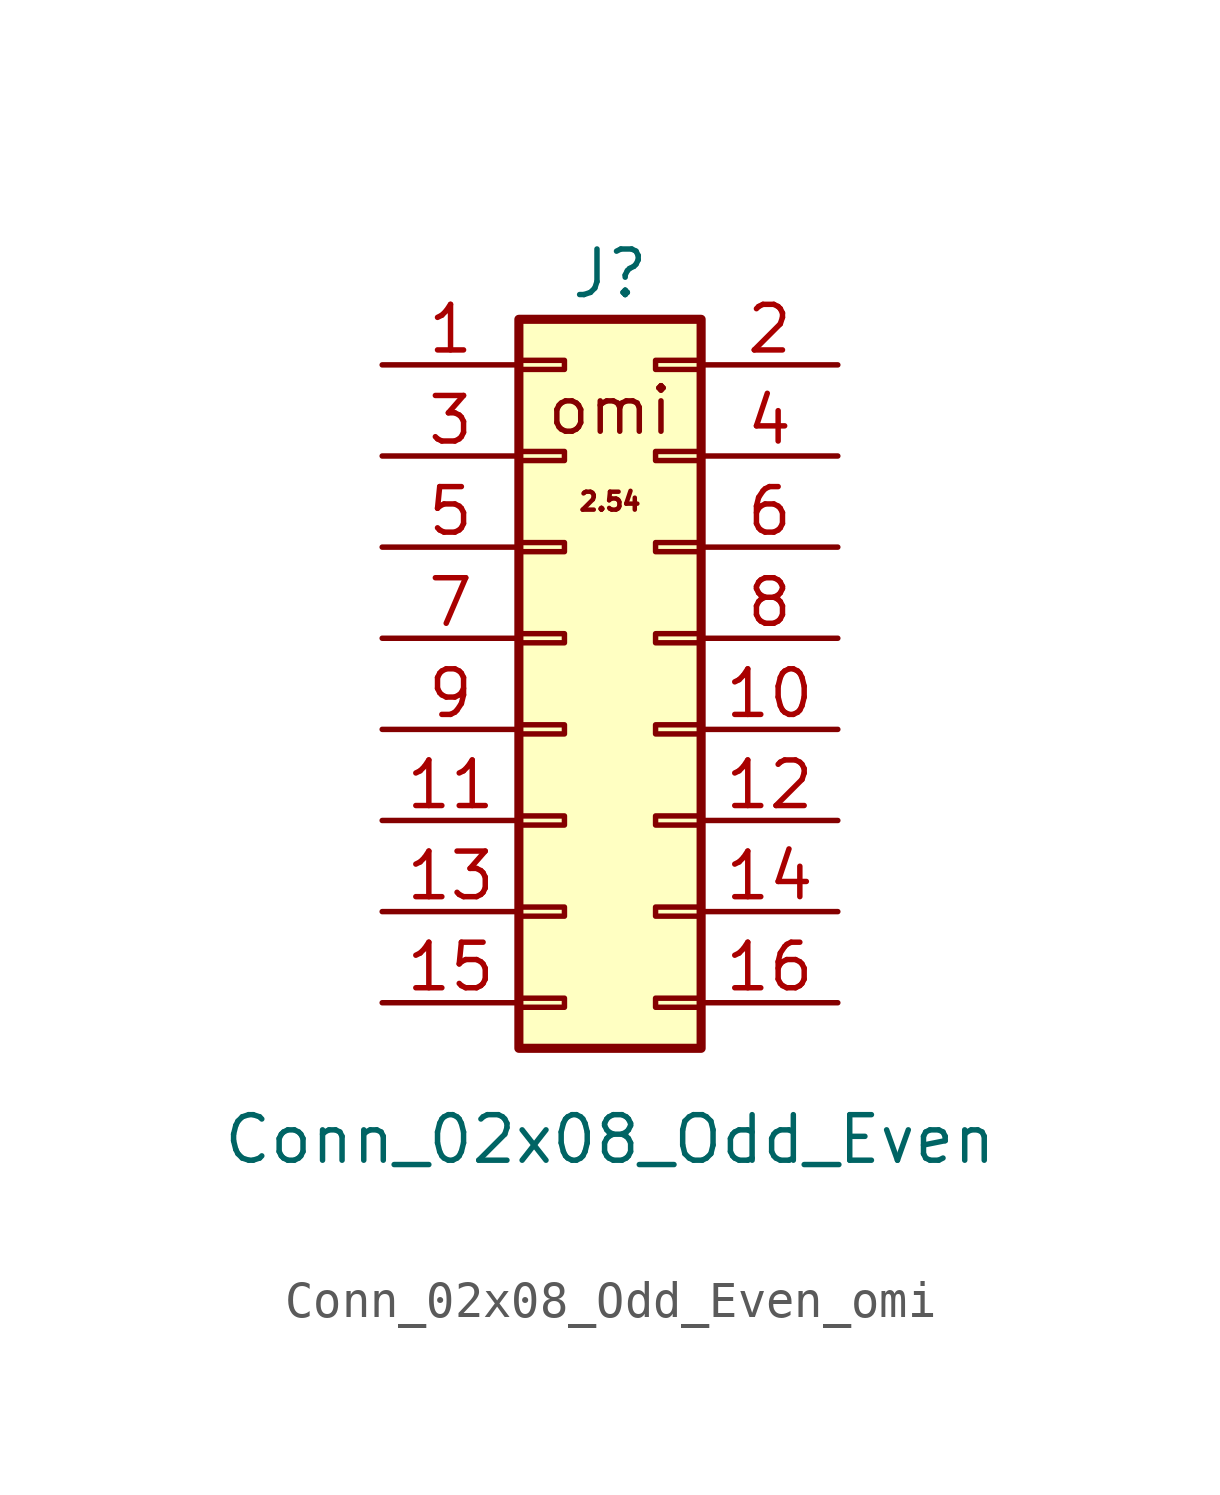
<source format=kicad_sym>
(kicad_symbol_lib
  (version 20220914)
  (generator kicad_symbol_editor)
  (symbol "Conn_02x08_Odd_Even_omi"
    (pin_names
      (offset 1.016) hide)
    (property "Reference" "J"
      (at 1.27 12.7 0)
      (effects (font (size 1.27 1.27))))
    (property "Value" "Conn_02x08_Odd_Even"
      (at 1.27 -11.43 0)
      (effects (font (size 1.27 1.27))))
    (symbol "Conn_02x08_Odd_Even_omi_1_1"
      (rectangle (start -1.27 -7.493) (end 0 -7.747) (stroke (width 0.152) (type default)) (fill (type none)))
      (rectangle (start -1.27 -4.953) (end 0 -5.207) (stroke (width 0.152) (type default)) (fill (type none)))
      (rectangle (start -1.27 -2.413) (end 0 -2.667) (stroke (width 0.152) (type default)) (fill (type none)))
      (rectangle (start -1.27 0.127) (end 0 -0.127) (stroke (width 0.152) (type default)) (fill (type none)))
      (rectangle (start -1.27 2.667) (end 0 2.413) (stroke (width 0.152) (type default)) (fill (type none)))
      (rectangle (start -1.27 5.207) (end 0 4.953) (stroke (width 0.152) (type default)) (fill (type none)))
      (rectangle (start -1.27 7.747) (end 0 7.493) (stroke (width 0.152) (type default)) (fill (type none)))
      (rectangle (start -1.27 10.287) (end 0 10.033) (stroke (width 0.152) (type default)) (fill (type none)))
      (rectangle (start -1.27 11.43) (end 3.81 -8.89) (stroke (width 0.254) (type default)) (fill (type background)))
      (rectangle (start 3.81 -7.493) (end 2.54 -7.747) (stroke (width 0.152) (type default)) (fill (type none)))
      (rectangle (start 3.81 -4.953) (end 2.54 -5.207) (stroke (width 0.152) (type default)) (fill (type none)))
      (rectangle (start 3.81 -2.413) (end 2.54 -2.667) (stroke (width 0.152) (type default)) (fill (type none)))
      (rectangle (start 3.81 0.127) (end 2.54 -0.127) (stroke (width 0.152) (type default)) (fill (type none)))
      (rectangle (start 3.81 2.667) (end 2.54 2.413) (stroke (width 0.152) (type default)) (fill (type none)))
      (rectangle (start 3.81 5.207) (end 2.54 4.953) (stroke (width 0.152) (type default)) (fill (type none)))
      (rectangle (start 3.81 7.747) (end 2.54 7.493) (stroke (width 0.152) (type default)) (fill (type none)))
      (rectangle (start 3.81 10.287) (end 2.54 10.033) (stroke (width 0.152) (type default)) (fill (type none)))
      (text "2.54" (at 1.27 6.35 0) (effects (font (size 0.5 0.5))))
      (text "omi" (at 1.27 8.89 0) (effects (font (size 1.27 1.27))))
      (pin passive line (at -5.08 10.16 0) (length 3.81) (name "Pin_1" (effects (font (size 1.27 1.27)))) (number "1" (effects (font (size 1.27 1.27)))))
      (pin passive line (at 7.62 0 180) (length 3.81) (name "Pin_10" (effects (font (size 1.27 1.27)))) (number "10" (effects (font (size 1.27 1.27)))))
      (pin passive line (at -5.08 -2.54 0) (length 3.81) (name "Pin_11" (effects (font (size 1.27 1.27)))) (number "11" (effects (font (size 1.27 1.27)))))
      (pin passive line (at 7.62 -2.54 180) (length 3.81) (name "Pin_12" (effects (font (size 1.27 1.27)))) (number "12" (effects (font (size 1.27 1.27)))))
      (pin passive line (at -5.08 -5.08 0) (length 3.81) (name "Pin_13" (effects (font (size 1.27 1.27)))) (number "13" (effects (font (size 1.27 1.27)))))
      (pin passive line (at 7.62 -5.08 180) (length 3.81) (name "Pin_14" (effects (font (size 1.27 1.27)))) (number "14" (effects (font (size 1.27 1.27)))))
      (pin passive line (at -5.08 -7.62 0) (length 3.81) (name "Pin_15" (effects (font (size 1.27 1.27)))) (number "15" (effects (font (size 1.27 1.27)))))
      (pin passive line (at 7.62 -7.62 180) (length 3.81) (name "Pin_16" (effects (font (size 1.27 1.27)))) (number "16" (effects (font (size 1.27 1.27)))))
      (pin passive line (at 7.62 10.16 180) (length 3.81) (name "Pin_2" (effects (font (size 1.27 1.27)))) (number "2" (effects (font (size 1.27 1.27)))))
      (pin passive line (at -5.08 7.62 0) (length 3.81) (name "Pin_3" (effects (font (size 1.27 1.27)))) (number "3" (effects (font (size 1.27 1.27)))))
      (pin passive line (at 7.62 7.62 180) (length 3.81) (name "Pin_4" (effects (font (size 1.27 1.27)))) (number "4" (effects (font (size 1.27 1.27)))))
      (pin passive line (at -5.08 5.08 0) (length 3.81) (name "Pin_5" (effects (font (size 1.27 1.27)))) (number "5" (effects (font (size 1.27 1.27)))))
      (pin passive line (at 7.62 5.08 180) (length 3.81) (name "Pin_6" (effects (font (size 1.27 1.27)))) (number "6" (effects (font (size 1.27 1.27)))))
      (pin passive line (at -5.08 2.54 0) (length 3.81) (name "Pin_7" (effects (font (size 1.27 1.27)))) (number "7" (effects (font (size 1.27 1.27)))))
      (pin passive line (at 7.62 2.54 180) (length 3.81) (name "Pin_8" (effects (font (size 1.27 1.27)))) (number "8" (effects (font (size 1.27 1.27)))))
      (pin passive line (at -5.08 0 0) (length 3.81) (name "Pin_9" (effects (font (size 1.27 1.27)))) (number "9" (effects (font (size 1.27 1.27))))))))
</source>
